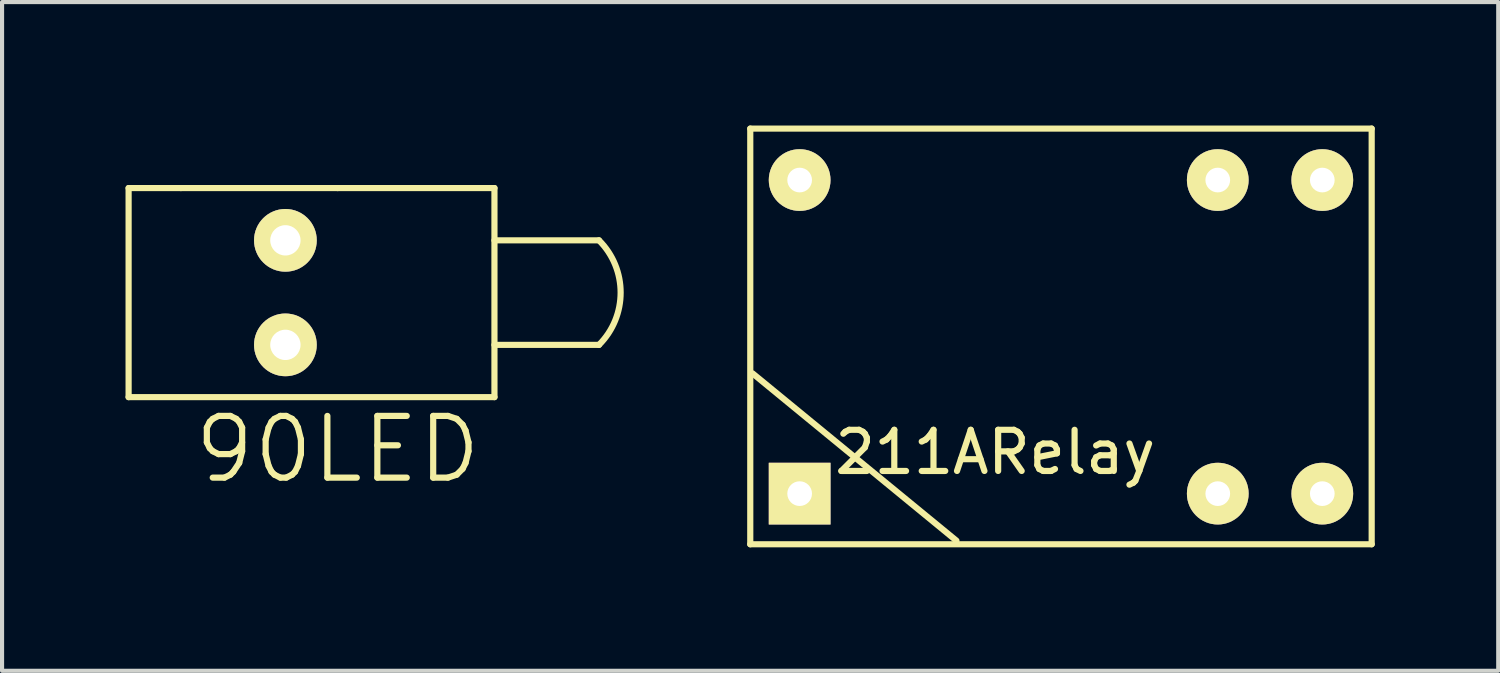
<source format=kicad_pcb>
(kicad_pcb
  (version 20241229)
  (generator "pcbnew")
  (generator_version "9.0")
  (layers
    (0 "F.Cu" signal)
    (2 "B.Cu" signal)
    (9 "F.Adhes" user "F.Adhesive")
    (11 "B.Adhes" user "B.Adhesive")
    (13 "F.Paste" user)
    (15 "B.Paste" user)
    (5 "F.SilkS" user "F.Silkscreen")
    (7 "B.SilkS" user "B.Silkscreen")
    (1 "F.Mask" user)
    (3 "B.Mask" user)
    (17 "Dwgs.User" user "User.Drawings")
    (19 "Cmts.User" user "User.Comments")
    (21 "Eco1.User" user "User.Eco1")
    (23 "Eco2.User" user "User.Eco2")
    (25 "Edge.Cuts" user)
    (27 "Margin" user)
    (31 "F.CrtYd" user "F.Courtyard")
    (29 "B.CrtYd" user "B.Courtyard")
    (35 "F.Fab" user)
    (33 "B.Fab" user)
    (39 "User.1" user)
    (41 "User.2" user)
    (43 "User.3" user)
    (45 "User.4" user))
  (footprint "211ARelay"
    (layer "F.Cu")
    (at 16.381 1.325)
    (property "Reference" "211ARelay" (at 4.752 6.614 0) (layer "F.SilkS") (effects (font (size 1 1) (thickness 0.15))))
    (attr through_hole)
    (fp_line (start -1.2 -1.25) (end 13.9 -1.25) (stroke (width 0.15) (type solid)) (layer "F.SilkS"))
    (fp_line (start -1.2 8.85) (end -1.2 -1.25) (stroke (width 0.15) (type solid)) (layer "F.SilkS"))
    (fp_line (start -1.143 4.699) (end 3.81 8.763) (stroke (width 0.15) (type solid)) (layer "F.SilkS"))
    (fp_line (start 13.9 -1.25) (end 13.9 8.85) (stroke (width 0.15) (type solid)) (layer "F.SilkS"))
    (fp_line (start 13.9 8.85) (end -1.2 8.85) (stroke (width 0.15) (type solid)) (layer "F.SilkS"))
    (pad "1" thru_hole rect (at 0 7.62) (size 1.5 1.5) (drill 0.6) (layers "*.Cu" "*.Mask" "F.SilkS"))
    (pad "5" thru_hole circle (at 10.16 7.62) (size 1.5 1.5) (drill 0.6) (layers "*.Cu" "*.Mask" "F.SilkS"))
    (pad "6" thru_hole circle (at 12.7 7.62) (size 1.5 1.5) (drill 0.6) (layers "*.Cu" "*.Mask" "F.SilkS"))
    (pad "7" thru_hole circle (at 12.7 0) (size 1.5 1.5) (drill 0.6) (layers "*.Cu" "*.Mask" "F.SilkS"))
    (pad "8" thru_hole circle (at 10.16 0) (size 1.5 1.5) (drill 0.6) (layers "*.Cu" "*.Mask" "F.SilkS"))
    (pad "12" thru_hole circle (at 0 0) (size 1.5 1.5) (drill 0.6) (layers "*.Cu" "*.Mask" "F.SilkS")))
  (footprint "90LED"
    (layer "F.Cu")
    (at 3.885 0.25)
    (property "Reference" "90LED" (at 1.27 7.62 0) (layer "F.SilkS") (effects (font (size 1.5 1.5) (thickness 0.15))))
    (attr through_hole)
    (fp_line (start -3.81 1.27) (end -3.81 6.35) (stroke (width 0.15) (type solid)) (layer "F.SilkS"))
    (fp_line (start -3.81 1.27) (end -2.54 1.27) (stroke (width 0.15) (type solid)) (layer "F.SilkS"))
    (fp_line (start -3.81 6.35) (end 5.08 6.35) (stroke (width 0.15) (type solid)) (layer "F.SilkS"))
    (fp_line (start -2.54 1.27) (end 1.27 1.27) (stroke (width 0.15) (type solid)) (layer "F.SilkS"))
    (fp_line (start 1.27 1.27) (end 5.08 1.27) (stroke (width 0.15) (type solid)) (layer "F.SilkS"))
    (fp_line (start 5.08 1.27) (end 5.08 6.35) (stroke (width 0.15) (type solid)) (layer "F.SilkS"))
    (fp_line (start 5.08 2.54) (end 7.62 2.54) (stroke (width 0.15) (type solid)) (layer "F.SilkS"))
    (fp_line (start 5.08 5.08) (end 7.62 5.08) (stroke (width 0.15) (type solid)) (layer "F.SilkS"))
    (fp_arc (start 7.62 2.54) (mid 8.146051 3.81) (end 7.62 5.08) (stroke (width 0.15) (type solid)) (layer "F.SilkS"))
    (pad "1" thru_hole circle (at 0 5.08) (size 1.524 1.524) (drill 0.737) (layers "*.Cu" "*.Mask" "F.SilkS"))
    (pad "2" thru_hole circle (at 0 2.54) (size 1.524 1.524) (drill 0.737) (layers "*.Cu" "*.Mask" "F.SilkS")))
  (gr_rect
    (start -3 -3)
    (end 33.356 13.25)
    (stroke (width 0.1) (type default))
    (fill no)
    (layer "Edge.Cuts")))
</source>
